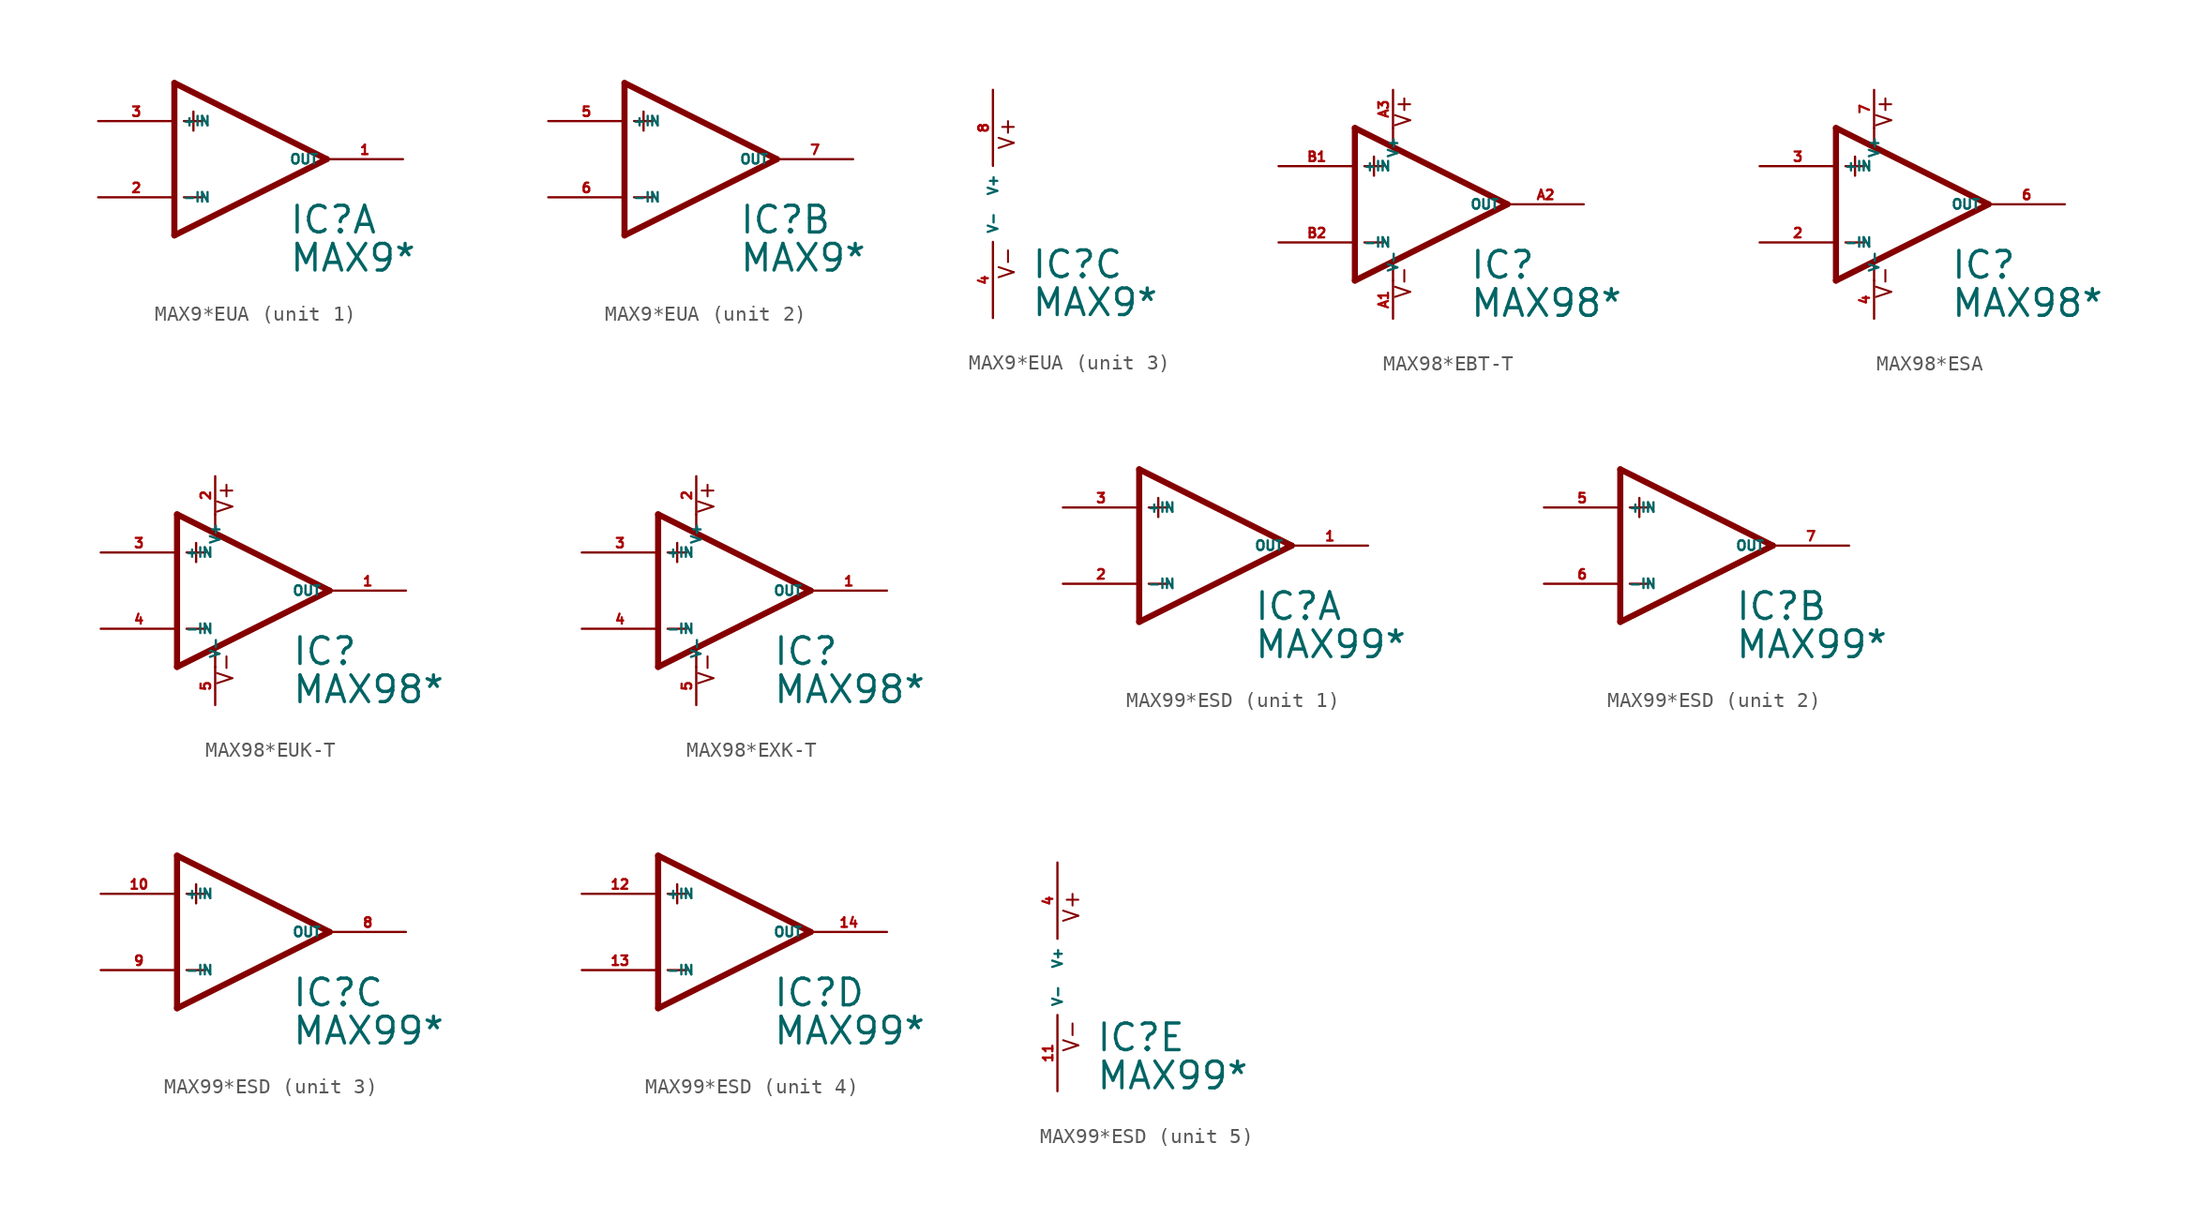
<source format=kicad_sym>
(kicad_symbol_lib
  (version 20220914)
  (generator Eagle2Kicad)
  (symbol "MAX9*EUA"
    (property "Reference" "IC"
      (at 2.54 -5.08 0)
      (effects (font (size 1.778 1.778) (thickness 0.22)) (justify left bottom)))
    (property "Value" "MAX9*"
      (at 2.54 -7.62 0)
      (effects (font (size 1.778 1.778) (thickness 0.22)) (justify left bottom)))
    (symbol "MAX9*EUA_1_0"
      (polyline (pts (xy -3.81 3.175) (xy -3.81 1.905)) (stroke (width 0.152) (type default)) (fill (type none)))
      (polyline (pts (xy -4.445 2.54) (xy -3.175 2.54)) (stroke (width 0.152) (type default)) (fill (type none)))
      (polyline (pts (xy -4.445 -2.54) (xy -3.175 -2.54)) (stroke (width 0.152) (type default)) (fill (type none)))
      (polyline (pts (xy -5.08 5.08) (xy -5.08 -5.08)) (stroke (width 0.406) (type default)) (fill (type none)))
      (polyline (pts (xy 5.08 0) (xy -5.08 5.08)) (stroke (width 0.406) (type default)) (fill (type none)))
      (polyline (pts (xy -5.08 -5.08) (xy 5.08 0)) (stroke (width 0.406) (type default)) (fill (type none)))
      (pin input line (at -10.16 -2.54 0) (length 5.08) (name "-IN" (effects (font (size 0.635 0.635) (thickness 0.08)) (justify left bottom))) (number "2" (effects (font (size 0.635 0.635) (thickness 0.08)) (justify left bottom))))
      (pin input line (at -10.16 2.54 0) (length 5.08) (name "+IN" (effects (font (size 0.635 0.635) (thickness 0.08)) (justify left bottom))) (number "3" (effects (font (size 0.635 0.635) (thickness 0.08)) (justify left bottom))))
      (pin output line (at 10.16 0 180) (length 5.08) (name "OUT" (effects (font (size 0.635 0.635) (thickness 0.08)) (justify left bottom))) (number "1" (effects (font (size 0.635 0.635) (thickness 0.08)) (justify left bottom)))))
    (symbol "MAX9*EUA_2_0"
      (polyline (pts (xy -3.81 3.175) (xy -3.81 1.905)) (stroke (width 0.152) (type default)) (fill (type none)))
      (polyline (pts (xy -4.445 2.54) (xy -3.175 2.54)) (stroke (width 0.152) (type default)) (fill (type none)))
      (polyline (pts (xy -4.445 -2.54) (xy -3.175 -2.54)) (stroke (width 0.152) (type default)) (fill (type none)))
      (polyline (pts (xy -5.08 5.08) (xy -5.08 -5.08)) (stroke (width 0.406) (type default)) (fill (type none)))
      (polyline (pts (xy 5.08 0) (xy -5.08 5.08)) (stroke (width 0.406) (type default)) (fill (type none)))
      (polyline (pts (xy -5.08 -5.08) (xy 5.08 0)) (stroke (width 0.406) (type default)) (fill (type none)))
      (pin input line (at -10.16 -2.54 0) (length 5.08) (name "-IN" (effects (font (size 0.635 0.635) (thickness 0.08)) (justify left bottom))) (number "6" (effects (font (size 0.635 0.635) (thickness 0.08)) (justify left bottom))))
      (pin input line (at -10.16 2.54 0) (length 5.08) (name "+IN" (effects (font (size 0.635 0.635) (thickness 0.08)) (justify left bottom))) (number "5" (effects (font (size 0.635 0.635) (thickness 0.08)) (justify left bottom))))
      (pin output line (at 10.16 0 180) (length 5.08) (name "OUT" (effects (font (size 0.635 0.635) (thickness 0.08)) (justify left bottom))) (number "7" (effects (font (size 0.635 0.635) (thickness 0.08)) (justify left bottom)))))
    (symbol "MAX9*EUA_3_0"
      (text "V+" (at 1.524 3.556 900) (effects (font (size 1.016 1.016) (thickness 0.13)) (justify left bottom)))
      (text "V-" (at 1.524 -5.08 900) (effects (font (size 1.016 1.016) (thickness 0.13)) (justify left bottom)))
      (pin unspecified line (at 0 7.62 270) (length 5.08) (name "V+" (effects (font (size 0.635 0.635) (thickness 0.08)) (justify left bottom))) (number "8" (effects (font (size 0.635 0.635) (thickness 0.08)) (justify left bottom))))
      (pin unspecified line (at 0 -7.62 90) (length 5.08) (name "V-" (effects (font (size 0.635 0.635) (thickness 0.08)) (justify left bottom))) (number "4" (effects (font (size 0.635 0.635) (thickness 0.08)) (justify left bottom))))))
  (symbol "MAX98*EBT-T"
    (property "Reference" "IC"
      (at 2.54 -5.08 0)
      (effects (font (size 1.778 1.778) (thickness 0.22)) (justify left bottom)))
    (property "Value" "MAX98*"
      (at 2.54 -7.62 0)
      (effects (font (size 1.778 1.778) (thickness 0.22)) (justify left bottom)))
    (polyline
      (pts (xy -3.81 3.175) (xy -3.81 1.905))
      (stroke (width 0.152) (type default))
      (fill (type none)))
    (polyline
      (pts (xy -4.445 2.54) (xy -3.175 2.54))
      (stroke (width 0.152) (type default))
      (fill (type none)))
    (polyline
      (pts (xy -4.445 -2.54) (xy -3.175 -2.54))
      (stroke (width 0.152) (type default))
      (fill (type none)))
    (polyline
      (pts (xy -2.54 5.08) (xy -2.54 3.886))
      (stroke (width 0.152) (type default))
      (fill (type none)))
    (polyline
      (pts (xy -2.54 -3.912) (xy -2.54 -5.08))
      (stroke (width 0.152) (type default))
      (fill (type none)))
    (polyline
      (pts (xy 5.08 0) (xy -5.08 5.08))
      (stroke (width 0.406) (type default))
      (fill (type none)))
    (polyline
      (pts (xy -5.08 5.08) (xy -5.08 -5.08))
      (stroke (width 0.406) (type default))
      (fill (type none)))
    (polyline
      (pts (xy -5.08 -5.08) (xy 5.08 0))
      (stroke (width 0.406) (type default))
      (fill (type none)))
    (text "V+"
      (at -1.27 5.08 900)
      (effects (font (size 1.016 1.016) (thickness 0.13)) (justify left bottom)))
    (text "V-"
      (at -1.27 -6.35 900)
      (effects (font (size 1.016 1.016) (thickness 0.13)) (justify left bottom)))
    (pin input line
      (at -10.16 -2.54 0)
      (length 5.08)
      (name "-IN" (effects (font (size 0.635 0.635) (thickness 0.08)) (justify left bottom)))
      (number "B2" (effects (font (size 0.635 0.635) (thickness 0.08)) (justify left bottom))))
    (pin input line
      (at -10.16 2.54 0)
      (length 5.08)
      (name "+IN" (effects (font (size 0.635 0.635) (thickness 0.08)) (justify left bottom)))
      (number "B1" (effects (font (size 0.635 0.635) (thickness 0.08)) (justify left bottom))))
    (pin output line
      (at 10.16 0 180)
      (length 5.08)
      (name "OUT" (effects (font (size 0.635 0.635) (thickness 0.08)) (justify left bottom)))
      (number "A2" (effects (font (size 0.635 0.635) (thickness 0.08)) (justify left bottom))))
    (pin unspecified line
      (at -2.54 7.62 270)
      (length 2.54)
      (name "V+" (effects (font (size 0.635 0.635) (thickness 0.08)) (justify left bottom)))
      (number "A3" (effects (font (size 0.635 0.635) (thickness 0.08)) (justify left bottom))))
    (pin unspecified line
      (at -2.54 -7.62 90)
      (length 2.54)
      (name "V-" (effects (font (size 0.635 0.635) (thickness 0.08)) (justify left bottom)))
      (number "A1" (effects (font (size 0.635 0.635) (thickness 0.08)) (justify left bottom)))))
  (symbol "MAX98*ESA"
    (property "Reference" "IC"
      (at 2.54 -5.08 0)
      (effects (font (size 1.778 1.778) (thickness 0.22)) (justify left bottom)))
    (property "Value" "MAX98*"
      (at 2.54 -7.62 0)
      (effects (font (size 1.778 1.778) (thickness 0.22)) (justify left bottom)))
    (polyline
      (pts (xy -3.81 3.175) (xy -3.81 1.905))
      (stroke (width 0.152) (type default))
      (fill (type none)))
    (polyline
      (pts (xy -4.445 2.54) (xy -3.175 2.54))
      (stroke (width 0.152) (type default))
      (fill (type none)))
    (polyline
      (pts (xy -4.445 -2.54) (xy -3.175 -2.54))
      (stroke (width 0.152) (type default))
      (fill (type none)))
    (polyline
      (pts (xy -2.54 5.08) (xy -2.54 3.886))
      (stroke (width 0.152) (type default))
      (fill (type none)))
    (polyline
      (pts (xy -2.54 -3.912) (xy -2.54 -5.08))
      (stroke (width 0.152) (type default))
      (fill (type none)))
    (polyline
      (pts (xy 5.08 0) (xy -5.08 5.08))
      (stroke (width 0.406) (type default))
      (fill (type none)))
    (polyline
      (pts (xy -5.08 5.08) (xy -5.08 -5.08))
      (stroke (width 0.406) (type default))
      (fill (type none)))
    (polyline
      (pts (xy -5.08 -5.08) (xy 5.08 0))
      (stroke (width 0.406) (type default))
      (fill (type none)))
    (text "V+"
      (at -1.27 5.08 900)
      (effects (font (size 1.016 1.016) (thickness 0.13)) (justify left bottom)))
    (text "V-"
      (at -1.27 -6.35 900)
      (effects (font (size 1.016 1.016) (thickness 0.13)) (justify left bottom)))
    (pin input line
      (at -10.16 -2.54 0)
      (length 5.08)
      (name "-IN" (effects (font (size 0.635 0.635) (thickness 0.08)) (justify left bottom)))
      (number "2" (effects (font (size 0.635 0.635) (thickness 0.08)) (justify left bottom))))
    (pin input line
      (at -10.16 2.54 0)
      (length 5.08)
      (name "+IN" (effects (font (size 0.635 0.635) (thickness 0.08)) (justify left bottom)))
      (number "3" (effects (font (size 0.635 0.635) (thickness 0.08)) (justify left bottom))))
    (pin output line
      (at 10.16 0 180)
      (length 5.08)
      (name "OUT" (effects (font (size 0.635 0.635) (thickness 0.08)) (justify left bottom)))
      (number "6" (effects (font (size 0.635 0.635) (thickness 0.08)) (justify left bottom))))
    (pin unspecified line
      (at -2.54 7.62 270)
      (length 2.54)
      (name "V+" (effects (font (size 0.635 0.635) (thickness 0.08)) (justify left bottom)))
      (number "7" (effects (font (size 0.635 0.635) (thickness 0.08)) (justify left bottom))))
    (pin unspecified line
      (at -2.54 -7.62 90)
      (length 2.54)
      (name "V-" (effects (font (size 0.635 0.635) (thickness 0.08)) (justify left bottom)))
      (number "4" (effects (font (size 0.635 0.635) (thickness 0.08)) (justify left bottom)))))
  (symbol "MAX98*EUK-T"
    (property "Reference" "IC"
      (at 2.54 -5.08 0)
      (effects (font (size 1.778 1.778) (thickness 0.22)) (justify left bottom)))
    (property "Value" "MAX98*"
      (at 2.54 -7.62 0)
      (effects (font (size 1.778 1.778) (thickness 0.22)) (justify left bottom)))
    (polyline
      (pts (xy -3.81 3.175) (xy -3.81 1.905))
      (stroke (width 0.152) (type default))
      (fill (type none)))
    (polyline
      (pts (xy -4.445 2.54) (xy -3.175 2.54))
      (stroke (width 0.152) (type default))
      (fill (type none)))
    (polyline
      (pts (xy -4.445 -2.54) (xy -3.175 -2.54))
      (stroke (width 0.152) (type default))
      (fill (type none)))
    (polyline
      (pts (xy -2.54 5.08) (xy -2.54 3.886))
      (stroke (width 0.152) (type default))
      (fill (type none)))
    (polyline
      (pts (xy -2.54 -3.912) (xy -2.54 -5.08))
      (stroke (width 0.152) (type default))
      (fill (type none)))
    (polyline
      (pts (xy 5.08 0) (xy -5.08 5.08))
      (stroke (width 0.406) (type default))
      (fill (type none)))
    (polyline
      (pts (xy -5.08 5.08) (xy -5.08 -5.08))
      (stroke (width 0.406) (type default))
      (fill (type none)))
    (polyline
      (pts (xy -5.08 -5.08) (xy 5.08 0))
      (stroke (width 0.406) (type default))
      (fill (type none)))
    (text "V+"
      (at -1.27 5.08 900)
      (effects (font (size 1.016 1.016) (thickness 0.13)) (justify left bottom)))
    (text "V-"
      (at -1.27 -6.35 900)
      (effects (font (size 1.016 1.016) (thickness 0.13)) (justify left bottom)))
    (pin input line
      (at -10.16 -2.54 0)
      (length 5.08)
      (name "-IN" (effects (font (size 0.635 0.635) (thickness 0.08)) (justify left bottom)))
      (number "4" (effects (font (size 0.635 0.635) (thickness 0.08)) (justify left bottom))))
    (pin input line
      (at -10.16 2.54 0)
      (length 5.08)
      (name "+IN" (effects (font (size 0.635 0.635) (thickness 0.08)) (justify left bottom)))
      (number "3" (effects (font (size 0.635 0.635) (thickness 0.08)) (justify left bottom))))
    (pin output line
      (at 10.16 0 180)
      (length 5.08)
      (name "OUT" (effects (font (size 0.635 0.635) (thickness 0.08)) (justify left bottom)))
      (number "1" (effects (font (size 0.635 0.635) (thickness 0.08)) (justify left bottom))))
    (pin unspecified line
      (at -2.54 7.62 270)
      (length 2.54)
      (name "V+" (effects (font (size 0.635 0.635) (thickness 0.08)) (justify left bottom)))
      (number "2" (effects (font (size 0.635 0.635) (thickness 0.08)) (justify left bottom))))
    (pin unspecified line
      (at -2.54 -7.62 90)
      (length 2.54)
      (name "V-" (effects (font (size 0.635 0.635) (thickness 0.08)) (justify left bottom)))
      (number "5" (effects (font (size 0.635 0.635) (thickness 0.08)) (justify left bottom)))))
  (symbol "MAX98*EXK-T"
    (property "Reference" "IC"
      (at 2.54 -5.08 0)
      (effects (font (size 1.778 1.778) (thickness 0.22)) (justify left bottom)))
    (property "Value" "MAX98*"
      (at 2.54 -7.62 0)
      (effects (font (size 1.778 1.778) (thickness 0.22)) (justify left bottom)))
    (polyline
      (pts (xy -3.81 3.175) (xy -3.81 1.905))
      (stroke (width 0.152) (type default))
      (fill (type none)))
    (polyline
      (pts (xy -4.445 2.54) (xy -3.175 2.54))
      (stroke (width 0.152) (type default))
      (fill (type none)))
    (polyline
      (pts (xy -4.445 -2.54) (xy -3.175 -2.54))
      (stroke (width 0.152) (type default))
      (fill (type none)))
    (polyline
      (pts (xy -2.54 5.08) (xy -2.54 3.886))
      (stroke (width 0.152) (type default))
      (fill (type none)))
    (polyline
      (pts (xy -2.54 -3.912) (xy -2.54 -5.08))
      (stroke (width 0.152) (type default))
      (fill (type none)))
    (polyline
      (pts (xy 5.08 0) (xy -5.08 5.08))
      (stroke (width 0.406) (type default))
      (fill (type none)))
    (polyline
      (pts (xy -5.08 5.08) (xy -5.08 -5.08))
      (stroke (width 0.406) (type default))
      (fill (type none)))
    (polyline
      (pts (xy -5.08 -5.08) (xy 5.08 0))
      (stroke (width 0.406) (type default))
      (fill (type none)))
    (text "V+"
      (at -1.27 5.08 900)
      (effects (font (size 1.016 1.016) (thickness 0.13)) (justify left bottom)))
    (text "V-"
      (at -1.27 -6.35 900)
      (effects (font (size 1.016 1.016) (thickness 0.13)) (justify left bottom)))
    (pin input line
      (at -10.16 -2.54 0)
      (length 5.08)
      (name "-IN" (effects (font (size 0.635 0.635) (thickness 0.08)) (justify left bottom)))
      (number "4" (effects (font (size 0.635 0.635) (thickness 0.08)) (justify left bottom))))
    (pin input line
      (at -10.16 2.54 0)
      (length 5.08)
      (name "+IN" (effects (font (size 0.635 0.635) (thickness 0.08)) (justify left bottom)))
      (number "3" (effects (font (size 0.635 0.635) (thickness 0.08)) (justify left bottom))))
    (pin output line
      (at 10.16 0 180)
      (length 5.08)
      (name "OUT" (effects (font (size 0.635 0.635) (thickness 0.08)) (justify left bottom)))
      (number "1" (effects (font (size 0.635 0.635) (thickness 0.08)) (justify left bottom))))
    (pin unspecified line
      (at -2.54 7.62 270)
      (length 2.54)
      (name "V+" (effects (font (size 0.635 0.635) (thickness 0.08)) (justify left bottom)))
      (number "2" (effects (font (size 0.635 0.635) (thickness 0.08)) (justify left bottom))))
    (pin unspecified line
      (at -2.54 -7.62 90)
      (length 2.54)
      (name "V-" (effects (font (size 0.635 0.635) (thickness 0.08)) (justify left bottom)))
      (number "5" (effects (font (size 0.635 0.635) (thickness 0.08)) (justify left bottom)))))
  (symbol "MAX99*ESD"
    (property "Reference" "IC"
      (at 2.54 -5.08 0)
      (effects (font (size 1.778 1.778) (thickness 0.22)) (justify left bottom)))
    (property "Value" "MAX99*"
      (at 2.54 -7.62 0)
      (effects (font (size 1.778 1.778) (thickness 0.22)) (justify left bottom)))
    (symbol "MAX99*ESD_1_0"
      (polyline (pts (xy -3.81 3.175) (xy -3.81 1.905)) (stroke (width 0.152) (type default)) (fill (type none)))
      (polyline (pts (xy -4.445 2.54) (xy -3.175 2.54)) (stroke (width 0.152) (type default)) (fill (type none)))
      (polyline (pts (xy -4.445 -2.54) (xy -3.175 -2.54)) (stroke (width 0.152) (type default)) (fill (type none)))
      (polyline (pts (xy -5.08 5.08) (xy -5.08 -5.08)) (stroke (width 0.406) (type default)) (fill (type none)))
      (polyline (pts (xy 5.08 0) (xy -5.08 5.08)) (stroke (width 0.406) (type default)) (fill (type none)))
      (polyline (pts (xy -5.08 -5.08) (xy 5.08 0)) (stroke (width 0.406) (type default)) (fill (type none)))
      (pin input line (at -10.16 -2.54 0) (length 5.08) (name "-IN" (effects (font (size 0.635 0.635) (thickness 0.08)) (justify left bottom))) (number "2" (effects (font (size 0.635 0.635) (thickness 0.08)) (justify left bottom))))
      (pin input line (at -10.16 2.54 0) (length 5.08) (name "+IN" (effects (font (size 0.635 0.635) (thickness 0.08)) (justify left bottom))) (number "3" (effects (font (size 0.635 0.635) (thickness 0.08)) (justify left bottom))))
      (pin output line (at 10.16 0 180) (length 5.08) (name "OUT" (effects (font (size 0.635 0.635) (thickness 0.08)) (justify left bottom))) (number "1" (effects (font (size 0.635 0.635) (thickness 0.08)) (justify left bottom)))))
    (symbol "MAX99*ESD_2_0"
      (polyline (pts (xy -3.81 3.175) (xy -3.81 1.905)) (stroke (width 0.152) (type default)) (fill (type none)))
      (polyline (pts (xy -4.445 2.54) (xy -3.175 2.54)) (stroke (width 0.152) (type default)) (fill (type none)))
      (polyline (pts (xy -4.445 -2.54) (xy -3.175 -2.54)) (stroke (width 0.152) (type default)) (fill (type none)))
      (polyline (pts (xy -5.08 5.08) (xy -5.08 -5.08)) (stroke (width 0.406) (type default)) (fill (type none)))
      (polyline (pts (xy 5.08 0) (xy -5.08 5.08)) (stroke (width 0.406) (type default)) (fill (type none)))
      (polyline (pts (xy -5.08 -5.08) (xy 5.08 0)) (stroke (width 0.406) (type default)) (fill (type none)))
      (pin input line (at -10.16 -2.54 0) (length 5.08) (name "-IN" (effects (font (size 0.635 0.635) (thickness 0.08)) (justify left bottom))) (number "6" (effects (font (size 0.635 0.635) (thickness 0.08)) (justify left bottom))))
      (pin input line (at -10.16 2.54 0) (length 5.08) (name "+IN" (effects (font (size 0.635 0.635) (thickness 0.08)) (justify left bottom))) (number "5" (effects (font (size 0.635 0.635) (thickness 0.08)) (justify left bottom))))
      (pin output line (at 10.16 0 180) (length 5.08) (name "OUT" (effects (font (size 0.635 0.635) (thickness 0.08)) (justify left bottom))) (number "7" (effects (font (size 0.635 0.635) (thickness 0.08)) (justify left bottom)))))
    (symbol "MAX99*ESD_3_0"
      (polyline (pts (xy -3.81 3.175) (xy -3.81 1.905)) (stroke (width 0.152) (type default)) (fill (type none)))
      (polyline (pts (xy -4.445 2.54) (xy -3.175 2.54)) (stroke (width 0.152) (type default)) (fill (type none)))
      (polyline (pts (xy -4.445 -2.54) (xy -3.175 -2.54)) (stroke (width 0.152) (type default)) (fill (type none)))
      (polyline (pts (xy -5.08 5.08) (xy -5.08 -5.08)) (stroke (width 0.406) (type default)) (fill (type none)))
      (polyline (pts (xy 5.08 0) (xy -5.08 5.08)) (stroke (width 0.406) (type default)) (fill (type none)))
      (polyline (pts (xy -5.08 -5.08) (xy 5.08 0)) (stroke (width 0.406) (type default)) (fill (type none)))
      (pin input line (at -10.16 -2.54 0) (length 5.08) (name "-IN" (effects (font (size 0.635 0.635) (thickness 0.08)) (justify left bottom))) (number "9" (effects (font (size 0.635 0.635) (thickness 0.08)) (justify left bottom))))
      (pin input line (at -10.16 2.54 0) (length 5.08) (name "+IN" (effects (font (size 0.635 0.635) (thickness 0.08)) (justify left bottom))) (number "10" (effects (font (size 0.635 0.635) (thickness 0.08)) (justify left bottom))))
      (pin output line (at 10.16 0 180) (length 5.08) (name "OUT" (effects (font (size 0.635 0.635) (thickness 0.08)) (justify left bottom))) (number "8" (effects (font (size 0.635 0.635) (thickness 0.08)) (justify left bottom)))))
    (symbol "MAX99*ESD_4_0"
      (polyline (pts (xy -3.81 3.175) (xy -3.81 1.905)) (stroke (width 0.152) (type default)) (fill (type none)))
      (polyline (pts (xy -4.445 2.54) (xy -3.175 2.54)) (stroke (width 0.152) (type default)) (fill (type none)))
      (polyline (pts (xy -4.445 -2.54) (xy -3.175 -2.54)) (stroke (width 0.152) (type default)) (fill (type none)))
      (polyline (pts (xy -5.08 5.08) (xy -5.08 -5.08)) (stroke (width 0.406) (type default)) (fill (type none)))
      (polyline (pts (xy 5.08 0) (xy -5.08 5.08)) (stroke (width 0.406) (type default)) (fill (type none)))
      (polyline (pts (xy -5.08 -5.08) (xy 5.08 0)) (stroke (width 0.406) (type default)) (fill (type none)))
      (pin input line (at -10.16 -2.54 0) (length 5.08) (name "-IN" (effects (font (size 0.635 0.635) (thickness 0.08)) (justify left bottom))) (number "13" (effects (font (size 0.635 0.635) (thickness 0.08)) (justify left bottom))))
      (pin input line (at -10.16 2.54 0) (length 5.08) (name "+IN" (effects (font (size 0.635 0.635) (thickness 0.08)) (justify left bottom))) (number "12" (effects (font (size 0.635 0.635) (thickness 0.08)) (justify left bottom))))
      (pin output line (at 10.16 0 180) (length 5.08) (name "OUT" (effects (font (size 0.635 0.635) (thickness 0.08)) (justify left bottom))) (number "14" (effects (font (size 0.635 0.635) (thickness 0.08)) (justify left bottom)))))
    (symbol "MAX99*ESD_5_0"
      (text "V+" (at 1.524 3.556 900) (effects (font (size 1.016 1.016) (thickness 0.13)) (justify left bottom)))
      (text "V-" (at 1.524 -5.08 900) (effects (font (size 1.016 1.016) (thickness 0.13)) (justify left bottom)))
      (pin unspecified line (at 0 7.62 270) (length 5.08) (name "V+" (effects (font (size 0.635 0.635) (thickness 0.08)) (justify left bottom))) (number "4" (effects (font (size 0.635 0.635) (thickness 0.08)) (justify left bottom))))
      (pin unspecified line (at 0 -7.62 90) (length 5.08) (name "V-" (effects (font (size 0.635 0.635) (thickness 0.08)) (justify left bottom))) (number "11" (effects (font (size 0.635 0.635) (thickness 0.08)) (justify left bottom)))))))
</source>
